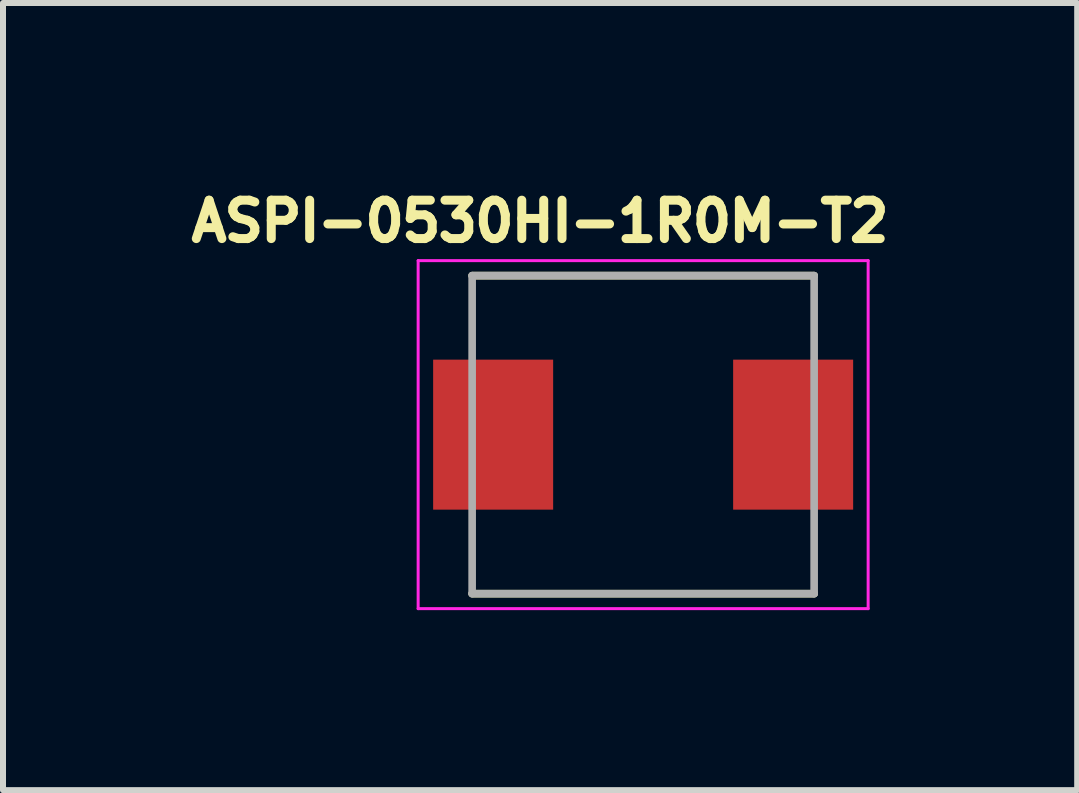
<source format=kicad_pcb>
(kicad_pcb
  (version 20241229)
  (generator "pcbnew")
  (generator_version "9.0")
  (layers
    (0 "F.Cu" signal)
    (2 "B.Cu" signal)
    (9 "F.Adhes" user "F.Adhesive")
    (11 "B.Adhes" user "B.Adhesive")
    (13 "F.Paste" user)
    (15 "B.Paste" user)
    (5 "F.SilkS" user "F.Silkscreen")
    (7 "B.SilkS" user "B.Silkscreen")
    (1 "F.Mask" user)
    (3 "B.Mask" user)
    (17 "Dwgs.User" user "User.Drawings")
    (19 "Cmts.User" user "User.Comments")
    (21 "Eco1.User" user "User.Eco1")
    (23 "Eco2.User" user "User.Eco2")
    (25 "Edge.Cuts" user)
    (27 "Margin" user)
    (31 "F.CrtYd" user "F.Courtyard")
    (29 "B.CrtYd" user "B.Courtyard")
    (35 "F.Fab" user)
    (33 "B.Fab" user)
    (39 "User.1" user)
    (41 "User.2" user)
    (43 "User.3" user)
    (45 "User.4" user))
  (footprint "ASPI-0530HI-1R0M-T2"
    (layer "F.Cu")
    (at 7.669 4.194)
    (property "Reference" "ASPI-0530HI-1R0M-T2" (at -1.718 -3.556 0) (layer "F.SilkS") (effects (font (size 0.64 0.64) (thickness 0.15))))
    (attr smd)
    (fp_line (start -2.85 -2.65) (end 2.85 -2.65) (stroke (width 0.127) (type solid)) (layer "F.SilkS"))
    (fp_line (start -2.85 2.65) (end 2.85 2.65) (stroke (width 0.127) (type solid)) (layer "F.SilkS"))
    (fp_line (start -3.75 -2.9) (end -3.75 2.9) (stroke (width 0.05) (type solid)) (layer "F.CrtYd"))
    (fp_line (start -3.75 2.9) (end 3.75 2.9) (stroke (width 0.05) (type solid)) (layer "F.CrtYd"))
    (fp_line (start 3.75 -2.9) (end -3.75 -2.9) (stroke (width 0.05) (type solid)) (layer "F.CrtYd"))
    (fp_line (start 3.75 2.9) (end 3.75 -2.9) (stroke (width 0.05) (type solid)) (layer "F.CrtYd"))
    (fp_line (start -2.85 -2.65) (end -2.85 2.65) (stroke (width 0.127) (type solid)) (layer "F.Fab"))
    (fp_line (start -2.85 -2.65) (end 2.85 -2.65) (stroke (width 0.127) (type solid)) (layer "F.Fab"))
    (fp_line (start -2.85 2.65) (end 2.85 2.65) (stroke (width 0.127) (type solid)) (layer "F.Fab"))
    (fp_line (start 2.85 -2.65) (end 2.85 2.65) (stroke (width 0.127) (type solid)) (layer "F.Fab"))
    (pad "1" smd rect (at -2.5 0) (size 2 2.5) (layers "F.Cu" "F.Mask" "F.Paste"))
    (pad "2" smd rect (at 2.5 0) (size 2 2.5) (layers "F.Cu" "F.Mask" "F.Paste")))
  (gr_rect
    (start -3 -3)
    (end 14.903 10.119)
    (stroke (width 0.1) (type default))
    (fill no)
    (layer "Edge.Cuts")))
</source>
